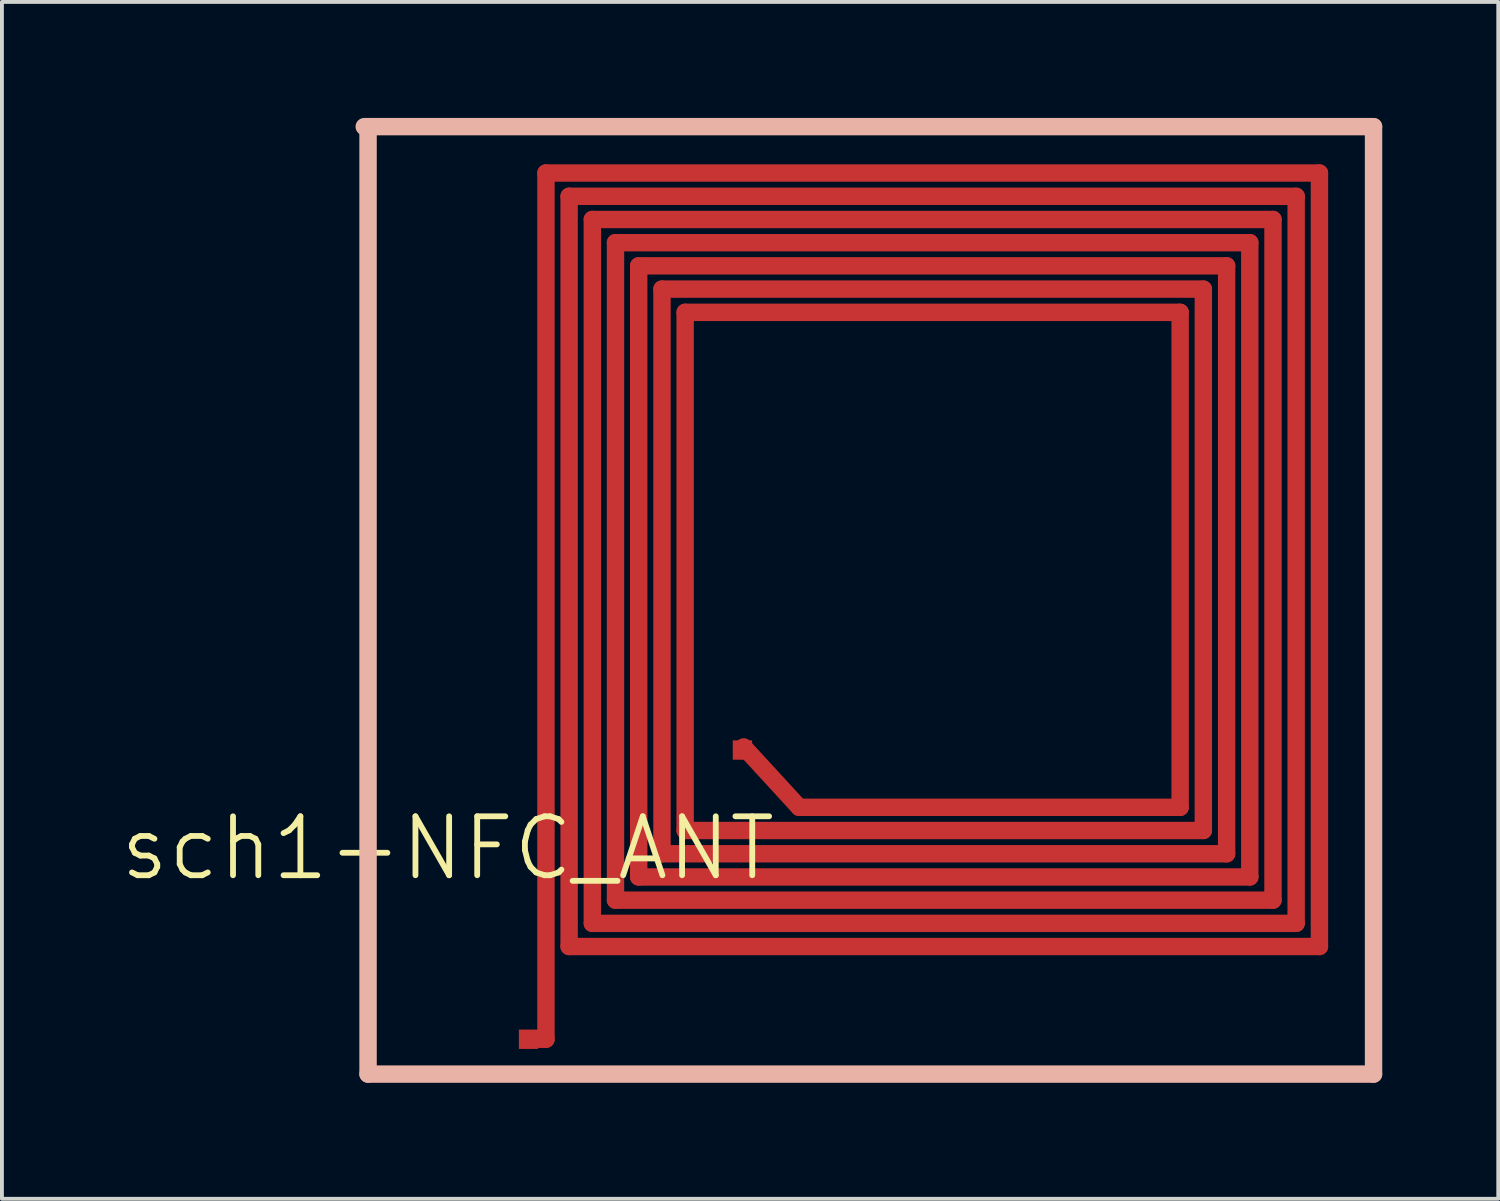
<source format=kicad_pcb>
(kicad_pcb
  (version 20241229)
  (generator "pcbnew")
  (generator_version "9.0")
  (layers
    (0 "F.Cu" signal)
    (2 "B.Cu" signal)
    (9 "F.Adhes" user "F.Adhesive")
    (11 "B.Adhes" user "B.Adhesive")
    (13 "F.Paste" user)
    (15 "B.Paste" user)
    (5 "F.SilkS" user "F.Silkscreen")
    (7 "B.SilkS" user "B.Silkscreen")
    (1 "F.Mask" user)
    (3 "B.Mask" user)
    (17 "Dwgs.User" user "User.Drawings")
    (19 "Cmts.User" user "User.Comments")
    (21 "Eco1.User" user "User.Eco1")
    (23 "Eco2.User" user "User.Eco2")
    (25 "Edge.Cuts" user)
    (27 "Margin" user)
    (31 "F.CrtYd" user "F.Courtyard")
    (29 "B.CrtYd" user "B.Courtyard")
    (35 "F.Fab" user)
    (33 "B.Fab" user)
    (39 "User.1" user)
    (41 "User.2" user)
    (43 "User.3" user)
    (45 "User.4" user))
  (footprint "sch1-NFC_ANT"
    (layer "F.Cu")
    (at 11.067 21.424)
    (property "Reference" "sch1-NFC_ANT" (at -2.54 -2.54 0) (layer "F.SilkS") (effects (font (size 1.524 1.524) (thickness 0.15))))
    (attr smd)
    (fp_line (start 0 -20) (end 20 -20) (stroke (width 0.45) (type solid)) (layer "F.Cu"))
    (fp_line (start 0 2.398) (end -0.45 2.398) (stroke (width 0.45) (type solid)) (layer "F.Cu"))
    (fp_line (start 0 2.398) (end 0 -20) (stroke (width 0.45) (type solid)) (layer "F.Cu"))
    (fp_line (start 0.599 -19.398) (end 0.599 0) (stroke (width 0.45) (type solid)) (layer "F.Cu"))
    (fp_line (start 0.599 -19.398) (end 19.398 -19.398) (stroke (width 0.45) (type solid)) (layer "F.Cu"))
    (fp_line (start 1.199 -18.799) (end 18.799 -18.799) (stroke (width 0.45) (type solid)) (layer "F.Cu"))
    (fp_line (start 1.199 -0.599) (end 1.199 -18.799) (stroke (width 0.45) (type solid)) (layer "F.Cu"))
    (fp_line (start 1.798 -18.199) (end 18.199 -18.199) (stroke (width 0.45) (type solid)) (layer "F.Cu"))
    (fp_line (start 1.798 -1.199) (end 1.798 -18.199) (stroke (width 0.45) (type solid)) (layer "F.Cu"))
    (fp_line (start 2.398 -17.6) (end 17.6 -17.6) (stroke (width 0.45) (type solid)) (layer "F.Cu"))
    (fp_line (start 2.398 -1.798) (end 2.398 -17.6) (stroke (width 0.45) (type solid)) (layer "F.Cu"))
    (fp_line (start 3 -16.998) (end 16.998 -16.998) (stroke (width 0.45) (type solid)) (layer "F.Cu"))
    (fp_line (start 3 -2.398) (end 3 -16.998) (stroke (width 0.45) (type solid)) (layer "F.Cu"))
    (fp_line (start 3.599 -16.398) (end 16.398 -16.398) (stroke (width 0.45) (type solid)) (layer "F.Cu"))
    (fp_line (start 3.599 -3) (end 3.599 -16.398) (stroke (width 0.45) (type solid)) (layer "F.Cu"))
    (fp_line (start 6.548 -3.599) (end 5.113 -5.161) (stroke (width 0.45) (type solid)) (layer "F.Cu"))
    (fp_line (start 16.398 -16.398) (end 16.398 -3.599) (stroke (width 0.45) (type solid)) (layer "F.Cu"))
    (fp_line (start 16.398 -3.599) (end 6.548 -3.599) (stroke (width 0.45) (type solid)) (layer "F.Cu"))
    (fp_line (start 16.998 -16.998) (end 16.998 -3) (stroke (width 0.45) (type solid)) (layer "F.Cu"))
    (fp_line (start 16.998 -3) (end 3.599 -3) (stroke (width 0.45) (type solid)) (layer "F.Cu"))
    (fp_line (start 17.6 -17.6) (end 17.6 -2.398) (stroke (width 0.45) (type solid)) (layer "F.Cu"))
    (fp_line (start 17.6 -2.398) (end 3 -2.398) (stroke (width 0.45) (type solid)) (layer "F.Cu"))
    (fp_line (start 18.199 -18.199) (end 18.199 -1.798) (stroke (width 0.45) (type solid)) (layer "F.Cu"))
    (fp_line (start 18.199 -1.798) (end 2.398 -1.798) (stroke (width 0.45) (type solid)) (layer "F.Cu"))
    (fp_line (start 18.799 -18.799) (end 18.799 -1.199) (stroke (width 0.45) (type solid)) (layer "F.Cu"))
    (fp_line (start 18.799 -1.199) (end 1.798 -1.199) (stroke (width 0.45) (type solid)) (layer "F.Cu"))
    (fp_line (start 19.398 -19.398) (end 19.398 -0.599) (stroke (width 0.45) (type solid)) (layer "F.Cu"))
    (fp_line (start 19.398 -0.599) (end 1.199 -0.599) (stroke (width 0.45) (type solid)) (layer "F.Cu"))
    (fp_line (start 20 0) (end 0.599 0) (stroke (width 0.45) (type solid)) (layer "F.Cu"))
    (fp_line (start 20 0) (end 20 -20) (stroke (width 0.45) (type solid)) (layer "F.Cu"))
    (fp_line (start -4.699 -21.199) (end -4.6 -21.199) (stroke (width 0.45) (type solid)) (layer "B.SilkS"))
    (fp_line (start -4.6 -21.199) (end 21.399 -21.199) (stroke (width 0.45) (type solid)) (layer "B.SilkS"))
    (fp_line (start -4.6 3.299) (end -4.6 -21.199) (stroke (width 0.45) (type solid)) (layer "B.SilkS"))
    (fp_line (start 21.399 -21.199) (end 21.399 3.299) (stroke (width 0.45) (type solid)) (layer "B.SilkS"))
    (fp_line (start 21.399 3.299) (end -4.6 3.299) (stroke (width 0.45) (type solid)) (layer "B.SilkS"))
    (pad "AC+" smd rect (at 5.08 -5.08) (size 0.5 0.5) (layers "F.Cu" "F.Mask" "F.Paste"))
    (pad "AC-" smd rect (at -0.45 2.398) (size 0.5 0.5) (layers "F.Cu" "F.Mask" "F.Paste")))
  (gr_rect
    (start -3 -3)
    (end 35.691 27.948)
    (stroke (width 0.1) (type default))
    (fill no)
    (layer "Edge.Cuts")))
</source>
